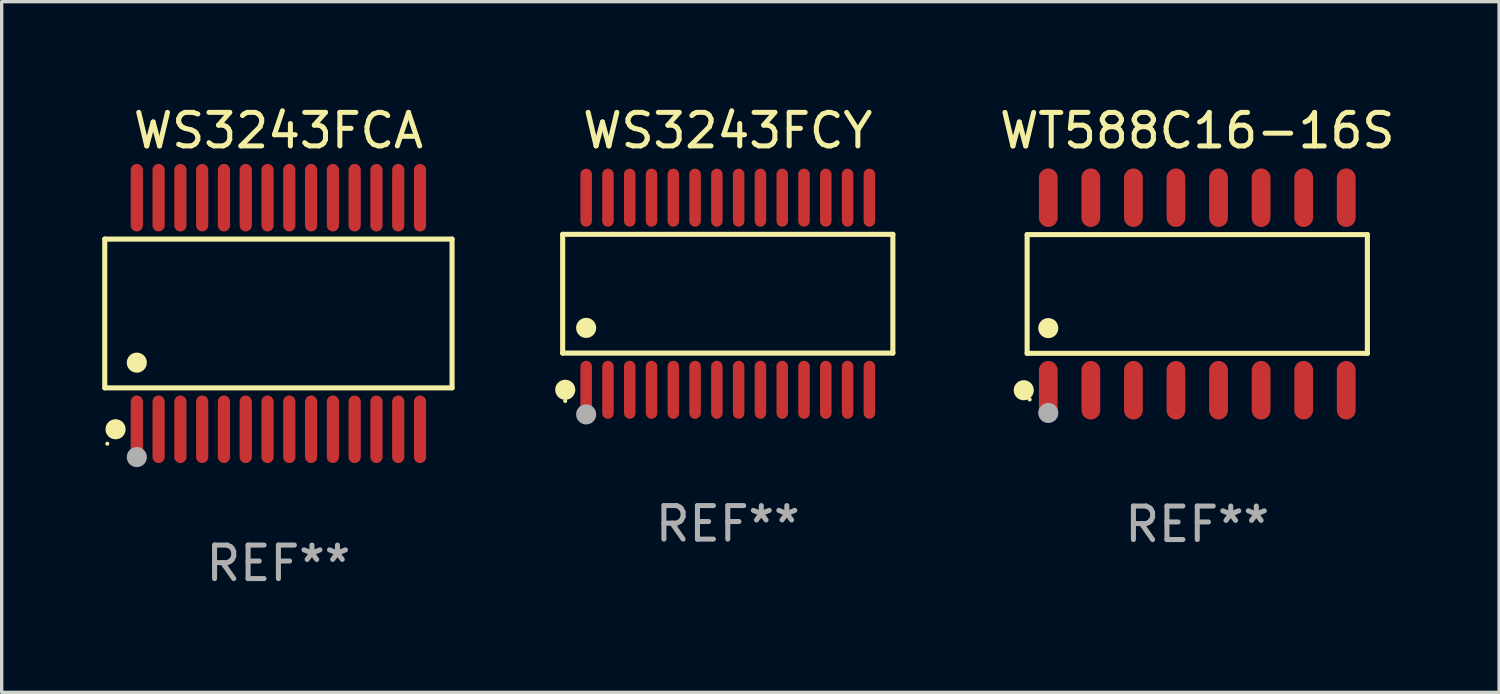
<source format=kicad_pcb>
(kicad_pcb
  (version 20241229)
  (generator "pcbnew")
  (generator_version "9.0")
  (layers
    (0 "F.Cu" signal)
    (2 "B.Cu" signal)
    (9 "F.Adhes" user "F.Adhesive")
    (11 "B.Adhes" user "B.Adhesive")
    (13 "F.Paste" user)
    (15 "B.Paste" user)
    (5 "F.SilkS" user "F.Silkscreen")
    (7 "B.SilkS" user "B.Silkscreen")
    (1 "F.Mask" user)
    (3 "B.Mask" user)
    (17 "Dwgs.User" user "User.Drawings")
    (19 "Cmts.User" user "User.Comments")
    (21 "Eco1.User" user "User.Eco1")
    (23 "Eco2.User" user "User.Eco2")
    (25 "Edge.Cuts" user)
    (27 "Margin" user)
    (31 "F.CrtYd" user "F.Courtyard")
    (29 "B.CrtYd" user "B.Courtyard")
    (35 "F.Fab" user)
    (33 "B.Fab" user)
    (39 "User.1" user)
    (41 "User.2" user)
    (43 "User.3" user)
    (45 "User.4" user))
  (footprint "WS3243FCY"
    (layer "F.Cu")
    (at 18.664 5.714)
    (property "Reference" "WS3243FCY" (at 0 -4.866 0) (layer "F.SilkS") (effects (font (size 1 1) (thickness 0.15))))
    (attr through_hole)
    (fp_line (start -4.926 -1.772) (end 4.926 -1.772) (stroke (width 0.152) (type solid)) (layer "F.SilkS"))
    (fp_line (start -4.926 1.771) (end -4.926 -1.772) (stroke (width 0.152) (type solid)) (layer "F.SilkS"))
    (fp_line (start 4.926 -1.772) (end 4.926 1.771) (stroke (width 0.152) (type solid)) (layer "F.SilkS"))
    (fp_line (start 4.926 1.771) (end -4.926 1.771) (stroke (width 0.152) (type solid)) (layer "F.SilkS"))
    (fp_circle (center -4.85 3.2) (end -4.82 3.2) (stroke (width 0.06) (type solid)) (fill no) (layer "F.SilkS"))
    (fp_circle (center -4.849 2.866) (end -4.699 2.866) (stroke (width 0.3) (type solid)) (fill no) (layer "F.SilkS"))
    (fp_circle (center -4.225 1.019) (end -4.075 1.019) (stroke (width 0.3) (type solid)) (fill no) (layer "F.SilkS"))
    (fp_circle (center -4.225 3.6) (end -4.075 3.6) (stroke (width 0.3) (type solid)) (fill no) (layer "F.Fab"))
    (fp_text user "REF**" (at 0 6.866 0) (layer "F.Fab") (effects (font (size 1 1) (thickness 0.15))))
    (pad "1" smd oval (at -4.225 2.866) (size 0.343 1.731) (layers "F.Cu" "F.Mask" "F.Paste"))
    (pad "2" smd oval (at -3.575 2.866) (size 0.343 1.731) (layers "F.Cu" "F.Mask" "F.Paste"))
    (pad "3" smd oval (at -2.925 2.866) (size 0.343 1.731) (layers "F.Cu" "F.Mask" "F.Paste"))
    (pad "4" smd oval (at -2.275 2.866) (size 0.343 1.731) (layers "F.Cu" "F.Mask" "F.Paste"))
    (pad "5" smd oval (at -1.625 2.866) (size 0.343 1.731) (layers "F.Cu" "F.Mask" "F.Paste"))
    (pad "6" smd oval (at -0.975 2.866) (size 0.343 1.731) (layers "F.Cu" "F.Mask" "F.Paste"))
    (pad "7" smd oval (at -0.325 2.866) (size 0.343 1.731) (layers "F.Cu" "F.Mask" "F.Paste"))
    (pad "8" smd oval (at 0.325 2.866) (size 0.343 1.731) (layers "F.Cu" "F.Mask" "F.Paste"))
    (pad "9" smd oval (at 0.975 2.866) (size 0.343 1.731) (layers "F.Cu" "F.Mask" "F.Paste"))
    (pad "10" smd oval (at 1.625 2.866) (size 0.343 1.731) (layers "F.Cu" "F.Mask" "F.Paste"))
    (pad "11" smd oval (at 2.275 2.866) (size 0.343 1.731) (layers "F.Cu" "F.Mask" "F.Paste"))
    (pad "12" smd oval (at 2.925 2.866) (size 0.343 1.731) (layers "F.Cu" "F.Mask" "F.Paste"))
    (pad "13" smd oval (at 3.575 2.866) (size 0.343 1.731) (layers "F.Cu" "F.Mask" "F.Paste"))
    (pad "14" smd oval (at 4.225 2.866) (size 0.343 1.731) (layers "F.Cu" "F.Mask" "F.Paste"))
    (pad "15" smd oval (at 4.225 -2.866) (size 0.343 1.731) (layers "F.Cu" "F.Mask" "F.Paste"))
    (pad "16" smd oval (at 3.575 -2.866) (size 0.343 1.731) (layers "F.Cu" "F.Mask" "F.Paste"))
    (pad "17" smd oval (at 2.925 -2.866) (size 0.343 1.731) (layers "F.Cu" "F.Mask" "F.Paste"))
    (pad "18" smd oval (at 2.275 -2.866) (size 0.343 1.731) (layers "F.Cu" "F.Mask" "F.Paste"))
    (pad "19" smd oval (at 1.625 -2.866) (size 0.343 1.731) (layers "F.Cu" "F.Mask" "F.Paste"))
    (pad "20" smd oval (at 0.975 -2.866) (size 0.343 1.731) (layers "F.Cu" "F.Mask" "F.Paste"))
    (pad "21" smd oval (at 0.325 -2.866) (size 0.343 1.731) (layers "F.Cu" "F.Mask" "F.Paste"))
    (pad "22" smd oval (at -0.325 -2.866) (size 0.343 1.731) (layers "F.Cu" "F.Mask" "F.Paste"))
    (pad "23" smd oval (at -0.975 -2.866) (size 0.343 1.731) (layers "F.Cu" "F.Mask" "F.Paste"))
    (pad "24" smd oval (at -1.625 -2.866) (size 0.343 1.731) (layers "F.Cu" "F.Mask" "F.Paste"))
    (pad "25" smd oval (at -2.275 -2.866) (size 0.343 1.731) (layers "F.Cu" "F.Mask" "F.Paste"))
    (pad "26" smd oval (at -2.925 -2.866) (size 0.343 1.731) (layers "F.Cu" "F.Mask" "F.Paste"))
    (pad "27" smd oval (at -3.575 -2.866) (size 0.343 1.731) (layers "F.Cu" "F.Mask" "F.Paste"))
    (pad "28" smd oval (at -4.225 -2.866) (size 0.343 1.731) (layers "F.Cu" "F.Mask" "F.Paste")))
  (footprint "WT588C16-16S"
    (layer "F.Cu")
    (at 32.672 5.721)
    (property "Reference" "WT588C16-16S" (at 0 -4.872 0) (layer "F.SilkS") (effects (font (size 1 1) (thickness 0.15))))
    (attr through_hole)
    (fp_line (start -5.076 -1.771) (end 5.076 -1.771) (stroke (width 0.152) (type solid)) (layer "F.SilkS"))
    (fp_line (start -5.076 1.771) (end -5.076 -1.771) (stroke (width 0.152) (type solid)) (layer "F.SilkS"))
    (fp_line (start 5.076 -1.771) (end 5.076 1.771) (stroke (width 0.152) (type solid)) (layer "F.SilkS"))
    (fp_line (start 5.076 1.771) (end -5.076 1.771) (stroke (width 0.152) (type solid)) (layer "F.SilkS"))
    (fp_circle (center -5.177 2.872) (end -5.027 2.872) (stroke (width 0.3) (type solid)) (fill no) (layer "F.SilkS"))
    (fp_circle (center -5 3.15) (end -4.97 3.15) (stroke (width 0.06) (type solid)) (fill no) (layer "F.SilkS"))
    (fp_circle (center -4.445 1.019) (end -4.295 1.019) (stroke (width 0.3) (type solid)) (fill no) (layer "F.SilkS"))
    (fp_circle (center -4.445 3.55) (end -4.295 3.55) (stroke (width 0.3) (type solid)) (fill no) (layer "F.Fab"))
    (fp_text user "REF**" (at 0 6.872 0) (layer "F.Fab") (effects (font (size 1 1) (thickness 0.15))))
    (pad "1" smd oval (at -4.445 2.872) (size 0.56 1.745) (layers "F.Cu" "F.Mask" "F.Paste"))
    (pad "2" smd oval (at -3.175 2.872) (size 0.56 1.745) (layers "F.Cu" "F.Mask" "F.Paste"))
    (pad "3" smd oval (at -1.905 2.872) (size 0.56 1.745) (layers "F.Cu" "F.Mask" "F.Paste"))
    (pad "4" smd oval (at -0.635 2.872) (size 0.56 1.745) (layers "F.Cu" "F.Mask" "F.Paste"))
    (pad "5" smd oval (at 0.635 2.872) (size 0.56 1.745) (layers "F.Cu" "F.Mask" "F.Paste"))
    (pad "6" smd oval (at 1.905 2.872) (size 0.56 1.745) (layers "F.Cu" "F.Mask" "F.Paste"))
    (pad "7" smd oval (at 3.175 2.872) (size 0.56 1.745) (layers "F.Cu" "F.Mask" "F.Paste"))
    (pad "8" smd oval (at 4.445 2.872) (size 0.56 1.745) (layers "F.Cu" "F.Mask" "F.Paste"))
    (pad "9" smd oval (at 4.445 -2.872) (size 0.56 1.745) (layers "F.Cu" "F.Mask" "F.Paste"))
    (pad "10" smd oval (at 3.175 -2.872) (size 0.56 1.745) (layers "F.Cu" "F.Mask" "F.Paste"))
    (pad "11" smd oval (at 1.905 -2.872) (size 0.56 1.745) (layers "F.Cu" "F.Mask" "F.Paste"))
    (pad "12" smd oval (at 0.635 -2.872) (size 0.56 1.745) (layers "F.Cu" "F.Mask" "F.Paste"))
    (pad "13" smd oval (at -0.635 -2.872) (size 0.56 1.745) (layers "F.Cu" "F.Mask" "F.Paste"))
    (pad "14" smd oval (at -1.905 -2.872) (size 0.56 1.745) (layers "F.Cu" "F.Mask" "F.Paste"))
    (pad "15" smd oval (at -3.175 -2.872) (size 0.56 1.745) (layers "F.Cu" "F.Mask" "F.Paste"))
    (pad "16" smd oval (at -4.445 -2.872) (size 0.56 1.745) (layers "F.Cu" "F.Mask" "F.Paste")))
  (footprint "WS3243FCA"
    (layer "F.Cu")
    (at 5.257 6.303)
    (property "Reference" "WS3243FCA" (at 0 -5.455 0) (layer "F.SilkS") (effects (font (size 1 1) (thickness 0.15))))
    (attr through_hole)
    (fp_line (start -5.181 -2.219) (end 5.181 -2.219) (stroke (width 0.152) (type solid)) (layer "F.SilkS"))
    (fp_line (start -5.181 2.219) (end -5.181 -2.219) (stroke (width 0.152) (type solid)) (layer "F.SilkS"))
    (fp_line (start 5.181 -2.219) (end 5.181 2.219) (stroke (width 0.152) (type solid)) (layer "F.SilkS"))
    (fp_line (start 5.181 2.219) (end -5.181 2.219) (stroke (width 0.152) (type solid)) (layer "F.SilkS"))
    (fp_circle (center -5.105 3.885) (end -5.075 3.885) (stroke (width 0.06) (type solid)) (fill no) (layer "F.SilkS"))
    (fp_circle (center -4.859 3.455) (end -4.709 3.455) (stroke (width 0.3) (type solid)) (fill no) (layer "F.SilkS"))
    (fp_circle (center -4.225 1.467) (end -4.075 1.467) (stroke (width 0.3) (type solid)) (fill no) (layer "F.SilkS"))
    (fp_circle (center -4.225 4.285) (end -4.075 4.285) (stroke (width 0.3) (type solid)) (fill no) (layer "F.Fab"))
    (fp_text user "REF**" (at 0 7.455 0) (layer "F.Fab") (effects (font (size 1 1) (thickness 0.15))))
    (pad "1" smd oval (at -4.225 3.455) (size 0.364 2.015) (layers "F.Cu" "F.Mask" "F.Paste"))
    (pad "2" smd oval (at -3.575 3.455) (size 0.364 2.015) (layers "F.Cu" "F.Mask" "F.Paste"))
    (pad "3" smd oval (at -2.925 3.455) (size 0.364 2.015) (layers "F.Cu" "F.Mask" "F.Paste"))
    (pad "4" smd oval (at -2.275 3.455) (size 0.364 2.015) (layers "F.Cu" "F.Mask" "F.Paste"))
    (pad "5" smd oval (at -1.625 3.455) (size 0.364 2.015) (layers "F.Cu" "F.Mask" "F.Paste"))
    (pad "6" smd oval (at -0.975 3.455) (size 0.364 2.015) (layers "F.Cu" "F.Mask" "F.Paste"))
    (pad "7" smd oval (at -0.325 3.455) (size 0.364 2.015) (layers "F.Cu" "F.Mask" "F.Paste"))
    (pad "8" smd oval (at 0.325 3.455) (size 0.364 2.015) (layers "F.Cu" "F.Mask" "F.Paste"))
    (pad "9" smd oval (at 0.975 3.455) (size 0.364 2.015) (layers "F.Cu" "F.Mask" "F.Paste"))
    (pad "10" smd oval (at 1.625 3.455) (size 0.364 2.015) (layers "F.Cu" "F.Mask" "F.Paste"))
    (pad "11" smd oval (at 2.275 3.455) (size 0.364 2.015) (layers "F.Cu" "F.Mask" "F.Paste"))
    (pad "12" smd oval (at 2.925 3.455) (size 0.364 2.015) (layers "F.Cu" "F.Mask" "F.Paste"))
    (pad "13" smd oval (at 3.575 3.455) (size 0.364 2.015) (layers "F.Cu" "F.Mask" "F.Paste"))
    (pad "14" smd oval (at 4.225 3.455) (size 0.364 2.015) (layers "F.Cu" "F.Mask" "F.Paste"))
    (pad "15" smd oval (at 4.225 -3.455) (size 0.364 2.015) (layers "F.Cu" "F.Mask" "F.Paste"))
    (pad "16" smd oval (at 3.575 -3.455) (size 0.364 2.015) (layers "F.Cu" "F.Mask" "F.Paste"))
    (pad "17" smd oval (at 2.925 -3.455) (size 0.364 2.015) (layers "F.Cu" "F.Mask" "F.Paste"))
    (pad "18" smd oval (at 2.275 -3.455) (size 0.364 2.015) (layers "F.Cu" "F.Mask" "F.Paste"))
    (pad "19" smd oval (at 1.625 -3.455) (size 0.364 2.015) (layers "F.Cu" "F.Mask" "F.Paste"))
    (pad "20" smd oval (at 0.975 -3.455) (size 0.364 2.015) (layers "F.Cu" "F.Mask" "F.Paste"))
    (pad "21" smd oval (at 0.325 -3.455) (size 0.364 2.015) (layers "F.Cu" "F.Mask" "F.Paste"))
    (pad "22" smd oval (at -0.325 -3.455) (size 0.364 2.015) (layers "F.Cu" "F.Mask" "F.Paste"))
    (pad "23" smd oval (at -0.975 -3.455) (size 0.364 2.015) (layers "F.Cu" "F.Mask" "F.Paste"))
    (pad "24" smd oval (at -1.625 -3.455) (size 0.364 2.015) (layers "F.Cu" "F.Mask" "F.Paste"))
    (pad "25" smd oval (at -2.275 -3.455) (size 0.364 2.015) (layers "F.Cu" "F.Mask" "F.Paste"))
    (pad "26" smd oval (at -2.925 -3.455) (size 0.364 2.015) (layers "F.Cu" "F.Mask" "F.Paste"))
    (pad "27" smd oval (at -3.575 -3.455) (size 0.364 2.015) (layers "F.Cu" "F.Mask" "F.Paste"))
    (pad "28" smd oval (at -4.225 -3.455) (size 0.364 2.015) (layers "F.Cu" "F.Mask" "F.Paste")))
  (gr_rect
    (start -3 -3)
    (end 41.678 17.607)
    (stroke (width 0.1) (type default))
    (fill no)
    (layer "Edge.Cuts")))
</source>
